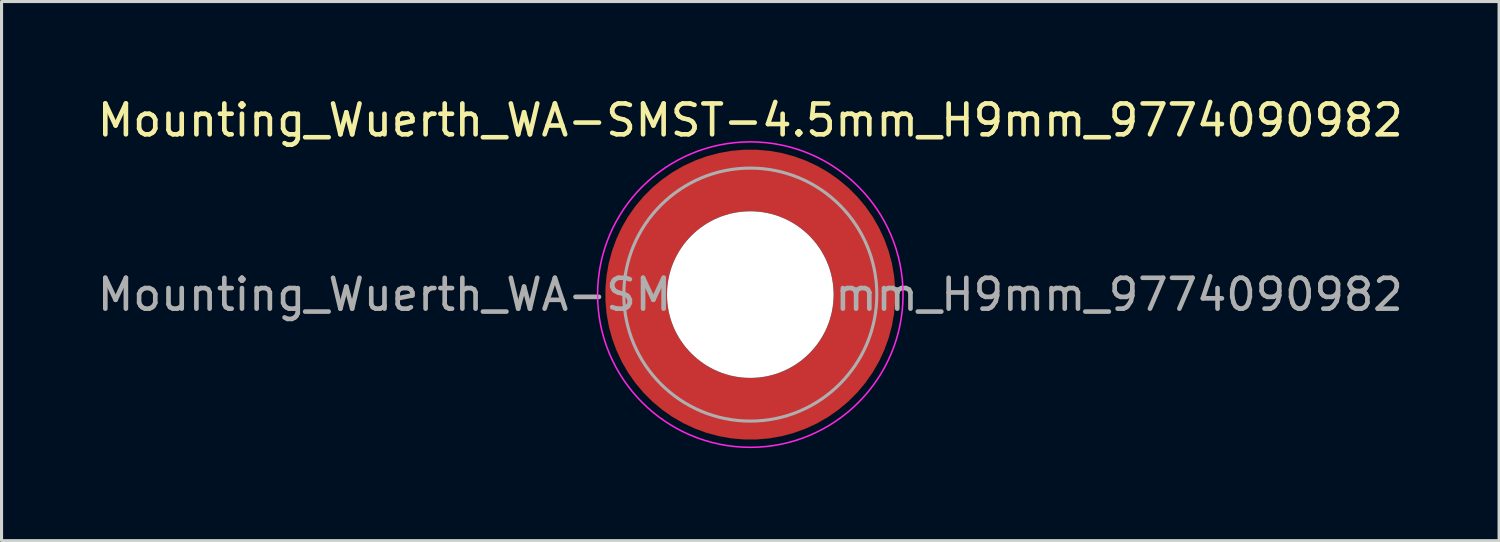
<source format=kicad_pcb>
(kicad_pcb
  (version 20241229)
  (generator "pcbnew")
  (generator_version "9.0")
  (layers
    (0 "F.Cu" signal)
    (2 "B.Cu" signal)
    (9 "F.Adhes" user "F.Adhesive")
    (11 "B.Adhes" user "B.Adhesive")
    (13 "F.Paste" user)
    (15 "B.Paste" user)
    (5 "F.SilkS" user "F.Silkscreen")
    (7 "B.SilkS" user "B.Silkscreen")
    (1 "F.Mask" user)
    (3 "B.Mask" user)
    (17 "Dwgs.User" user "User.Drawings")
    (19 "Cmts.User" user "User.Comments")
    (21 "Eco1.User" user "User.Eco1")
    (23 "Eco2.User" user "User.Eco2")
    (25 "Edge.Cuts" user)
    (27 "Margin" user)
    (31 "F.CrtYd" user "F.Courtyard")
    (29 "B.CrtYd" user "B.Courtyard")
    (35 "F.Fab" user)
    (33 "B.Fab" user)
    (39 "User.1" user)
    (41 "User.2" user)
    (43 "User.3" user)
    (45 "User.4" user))
  (footprint "Mounting_Wuerth_WA-SMST-4.5mm_H9mm_9774090982"
    (layer "F.Cu")
    (at 21.268 6.498)
    (property "Reference" "Mounting_Wuerth_WA-SMST-4.5mm_H9mm_9774090982" (at 0 -5.65 0) (layer "F.SilkS") (effects (font (size 1 1) (thickness 0.15))))
    (attr smd allow_soldermask_bridges)
    (fp_circle (center 0 0) (end 4.95 0) (stroke (width 0.05) (type solid)) (fill no) (layer "F.CrtYd"))
    (fp_circle (center 0 0) (end 4.1 0) (stroke (width 0.1) (type solid)) (fill no) (layer "F.Fab"))
    (fp_text user "${REFERENCE}" (at 0 0 0) (layer "F.Fab") (effects (font (size 1 1) (thickness 0.15))))
    (pad "" smd custom (at -2.607 -2.607) (size 0.948 0.948) (layers "F.Paste") (options (anchor circle)) (primitives (gr_arc (start -0.188183 2.107456) (mid 0.599273 0.599273) (end 2.107456 -0.188183) (width 0.2)) (gr_arc (start -0.289416 2.107456) (mid 0.52877 0.52877) (end 2.107456 -0.289416) (width 0.2)) (gr_arc (start -0.390547 2.107456) (mid 0.458268 0.458268) (end 2.107456 -0.390547) (width 0.2)) (gr_arc (start -0.491585 2.107456) (mid 0.387765 0.387765) (end 2.107456 -0.491585) (width 0.2)) (gr_arc (start -0.59254 2.107456) (mid 0.317262 0.317262) (end 2.107456 -0.59254) (width 0.2)) (gr_arc (start -0.693419 2.107456) (mid 0.246759 0.246759) (end 2.107456 -0.693419) (width 0.2)) (gr_arc (start -0.794229 2.107456) (mid 0.176257 0.176257) (end 2.107456 -0.794229) (width 0.2)) (gr_arc (start -0.894975 2.107456) (mid 0.105754 0.105754) (end 2.107456 -0.894975) (width 0.2)) (gr_arc (start -0.995664 2.107456) (mid 0.035251 0.035251) (end 2.107456 -0.995664) (width 0.2)) (gr_arc (start -1.0963 2.107456) (mid -0.035251 -0.035251) (end 2.107456 -1.0963) (width 0.2)) (gr_arc (start -1.196886 2.107456) (mid -0.105754 -0.105754) (end 2.107456 -1.196886) (width 0.2)) (gr_arc (start -1.297427 2.107456) (mid -0.176257 -0.176257) (end 2.107456 -1.297427) (width 0.2)) (gr_arc (start -1.397927 2.107456) (mid -0.246759 -0.246759) (end 2.107456 -1.397927) (width 0.2)) (gr_arc (start -1.498388 2.107456) (mid -0.317262 -0.317262) (end 2.107456 -1.498388) (width 0.2)) (gr_arc (start -1.598813 2.107456) (mid -0.387765 -0.387765) (end 2.107456 -1.598813) (width 0.2)) (gr_arc (start -1.699204 2.107456) (mid -0.458268 -0.458268) (end 2.107456 -1.699204) (width 0.2)) (gr_arc (start -1.799565 2.107456) (mid -0.52877 -0.52877) (end 2.107456 -1.799565) (width 0.2)) (gr_arc (start -1.899896 2.107456) (mid -0.599273 -0.599273) (end 2.107456 -1.899896) (width 0.2)) (gr_arc (start -1.899896 2.107456) (mid -0.599273 -0.599273) (end 2.107456 -1.899896) (width 0.2)) (gr_line (start 2.107 -0.188) (end 2.107 -1.9) (width 0.2)) (gr_line (start -0.188 2.107) (end -1.9 2.107) (width 0.2))))
    (pad "" smd custom (at -2.607 2.607) (size 0.948 0.948) (layers "F.Paste") (options (anchor circle)) (primitives (gr_arc (start 2.107456 0.188183) (mid 0.599273 -0.599273) (end -0.188183 -2.107456) (width 0.2)) (gr_arc (start 2.107456 0.289416) (mid 0.52877 -0.52877) (end -0.289416 -2.107456) (width 0.2)) (gr_arc (start 2.107456 0.390547) (mid 0.458268 -0.458268) (end -0.390547 -2.107456) (width 0.2)) (gr_arc (start 2.107456 0.491585) (mid 0.387765 -0.387765) (end -0.491585 -2.107456) (width 0.2)) (gr_arc (start 2.107456 0.59254) (mid 0.317262 -0.317262) (end -0.59254 -2.107456) (width 0.2)) (gr_arc (start 2.107456 0.693419) (mid 0.246759 -0.246759) (end -0.693419 -2.107456) (width 0.2)) (gr_arc (start 2.107456 0.794229) (mid 0.176257 -0.176257) (end -0.794229 -2.107456) (width 0.2)) (gr_arc (start 2.107456 0.894975) (mid 0.105754 -0.105754) (end -0.894975 -2.107456) (width 0.2)) (gr_arc (start 2.107456 0.995664) (mid 0.035251 -0.035251) (end -0.995664 -2.107456) (width 0.2)) (gr_arc (start 2.107456 1.0963) (mid -0.035251 0.035251) (end -1.0963 -2.107456) (width 0.2)) (gr_arc (start 2.107456 1.196886) (mid -0.105754 0.105754) (end -1.196886 -2.107456) (width 0.2)) (gr_arc (start 2.107456 1.297427) (mid -0.176257 0.176257) (end -1.297427 -2.107456) (width 0.2)) (gr_arc (start 2.107456 1.397927) (mid -0.246759 0.246759) (end -1.397927 -2.107456) (width 0.2)) (gr_arc (start 2.107456 1.498388) (mid -0.317262 0.317262) (end -1.498388 -2.107456) (width 0.2)) (gr_arc (start 2.107456 1.598813) (mid -0.387765 0.387765) (end -1.598813 -2.107456) (width 0.2)) (gr_arc (start 2.107456 1.699204) (mid -0.458268 0.458268) (end -1.699204 -2.107456) (width 0.2)) (gr_arc (start 2.107456 1.799565) (mid -0.52877 0.52877) (end -1.799565 -2.107456) (width 0.2)) (gr_arc (start 2.107456 1.899896) (mid -0.599273 0.599273) (end -1.899896 -2.107456) (width 0.2)) (gr_arc (start 2.107456 1.899896) (mid -0.599273 0.599273) (end -1.899896 -2.107456) (width 0.2)) (gr_line (start -0.188 -2.107) (end -1.9 -2.107) (width 0.2)) (gr_line (start 2.107 0.188) (end 2.107 1.9) (width 0.2))))
    (pad "" np_thru_hole circle (at 0 0) (size 5.4 5.4) (drill 5.4) (layers "*.Cu" "*.Mask"))
    (pad "" smd custom (at 2.607 -2.607) (size 0.948 0.948) (layers "F.Paste") (options (anchor circle)) (primitives (gr_arc (start -2.107456 -0.188183) (mid -0.599273 0.599273) (end 0.188183 2.107456) (width 0.2)) (gr_arc (start -2.107456 -0.289416) (mid -0.52877 0.52877) (end 0.289416 2.107456) (width 0.2)) (gr_arc (start -2.107456 -0.390547) (mid -0.458268 0.458268) (end 0.390547 2.107456) (width 0.2)) (gr_arc (start -2.107456 -0.491585) (mid -0.387765 0.387765) (end 0.491585 2.107456) (width 0.2)) (gr_arc (start -2.107456 -0.59254) (mid -0.317262 0.317262) (end 0.59254 2.107456) (width 0.2)) (gr_arc (start -2.107456 -0.693419) (mid -0.246759 0.246759) (end 0.693419 2.107456) (width 0.2)) (gr_arc (start -2.107456 -0.794229) (mid -0.176257 0.176257) (end 0.794229 2.107456) (width 0.2)) (gr_arc (start -2.107456 -0.894975) (mid -0.105754 0.105754) (end 0.894975 2.107456) (width 0.2)) (gr_arc (start -2.107456 -0.995664) (mid -0.035251 0.035251) (end 0.995664 2.107456) (width 0.2)) (gr_arc (start -2.107456 -1.0963) (mid 0.035251 -0.035251) (end 1.0963 2.107456) (width 0.2)) (gr_arc (start -2.107456 -1.196886) (mid 0.105754 -0.105754) (end 1.196886 2.107456) (width 0.2)) (gr_arc (start -2.107456 -1.297427) (mid 0.176257 -0.176257) (end 1.297427 2.107456) (width 0.2)) (gr_arc (start -2.107456 -1.397927) (mid 0.246759 -0.246759) (end 1.397927 2.107456) (width 0.2)) (gr_arc (start -2.107456 -1.498388) (mid 0.317262 -0.317262) (end 1.498388 2.107456) (width 0.2)) (gr_arc (start -2.107456 -1.598813) (mid 0.387765 -0.387765) (end 1.598813 2.107456) (width 0.2)) (gr_arc (start -2.107456 -1.699204) (mid 0.458268 -0.458268) (end 1.699204 2.107456) (width 0.2)) (gr_arc (start -2.107456 -1.799565) (mid 0.52877 -0.52877) (end 1.799565 2.107456) (width 0.2)) (gr_arc (start -2.107456 -1.899896) (mid 0.599273 -0.599273) (end 1.899896 2.107456) (width 0.2)) (gr_arc (start -2.107456 -1.899896) (mid 0.599273 -0.599273) (end 1.899896 2.107456) (width 0.2)) (gr_line (start 0.188 2.107) (end 1.9 2.107) (width 0.2)) (gr_line (start -2.107 -0.188) (end -2.107 -1.9) (width 0.2))))
    (pad "" smd custom (at 2.607 2.607) (size 0.948 0.948) (layers "F.Paste") (options (anchor circle)) (primitives (gr_arc (start 0.188183 -2.107456) (mid -0.599273 -0.599273) (end -2.107456 0.188183) (width 0.2)) (gr_arc (start 0.289416 -2.107456) (mid -0.52877 -0.52877) (end -2.107456 0.289416) (width 0.2)) (gr_arc (start 0.390547 -2.107456) (mid -0.458268 -0.458268) (end -2.107456 0.390547) (width 0.2)) (gr_arc (start 0.491585 -2.107456) (mid -0.387765 -0.387765) (end -2.107456 0.491585) (width 0.2)) (gr_arc (start 0.59254 -2.107456) (mid -0.317262 -0.317262) (end -2.107456 0.59254) (width 0.2)) (gr_arc (start 0.693419 -2.107456) (mid -0.246759 -0.246759) (end -2.107456 0.693419) (width 0.2)) (gr_arc (start 0.794229 -2.107456) (mid -0.176257 -0.176257) (end -2.107456 0.794229) (width 0.2)) (gr_arc (start 0.894975 -2.107456) (mid -0.105754 -0.105754) (end -2.107456 0.894975) (width 0.2)) (gr_arc (start 0.995664 -2.107456) (mid -0.035251 -0.035251) (end -2.107456 0.995664) (width 0.2)) (gr_arc (start 1.0963 -2.107456) (mid 0.035251 0.035251) (end -2.107456 1.0963) (width 0.2)) (gr_arc (start 1.196886 -2.107456) (mid 0.105754 0.105754) (end -2.107456 1.196886) (width 0.2)) (gr_arc (start 1.297427 -2.107456) (mid 0.176257 0.176257) (end -2.107456 1.297427) (width 0.2)) (gr_arc (start 1.397927 -2.107456) (mid 0.246759 0.246759) (end -2.107456 1.397927) (width 0.2)) (gr_arc (start 1.498388 -2.107456) (mid 0.317262 0.317262) (end -2.107456 1.498388) (width 0.2)) (gr_arc (start 1.598813 -2.107456) (mid 0.387765 0.387765) (end -2.107456 1.598813) (width 0.2)) (gr_arc (start 1.699204 -2.107456) (mid 0.458268 0.458268) (end -2.107456 1.699204) (width 0.2)) (gr_arc (start 1.799565 -2.107456) (mid 0.52877 0.52877) (end -2.107456 1.799565) (width 0.2)) (gr_arc (start 1.899896 -2.107456) (mid 0.599273 0.599273) (end -2.107456 1.899896) (width 0.2)) (gr_arc (start 1.899896 -2.107456) (mid 0.599273 0.599273) (end -2.107456 1.899896) (width 0.2)) (gr_line (start -2.107 0.188) (end -2.107 1.9) (width 0.2)) (gr_line (start 0.188 -2.107) (end 1.9 -2.107) (width 0.2))))
    (pad "1" smd circle (at -3.7 0) (size 1.492 1.492) (layers "F.Cu"))
    (pad "1" smd circle (at 0 -3.7) (size 1.492 1.492) (layers "F.Cu"))
    (pad "1" smd circle (at 0 3.7) (size 1.492 1.492) (layers "F.Cu"))
    (pad "1" smd custom (at 3.7 0) (size 2 2) (layers "F.Cu" "F.Mask") (options (anchor circle)) (primitives (gr_circle (center -3.7 0) (end 0 0) (width 2) (fill no)))))
  (gr_rect
    (start -3 -3)
    (end 45.536 14.473)
    (stroke (width 0.1) (type default))
    (fill no)
    (layer "Edge.Cuts")))
</source>
